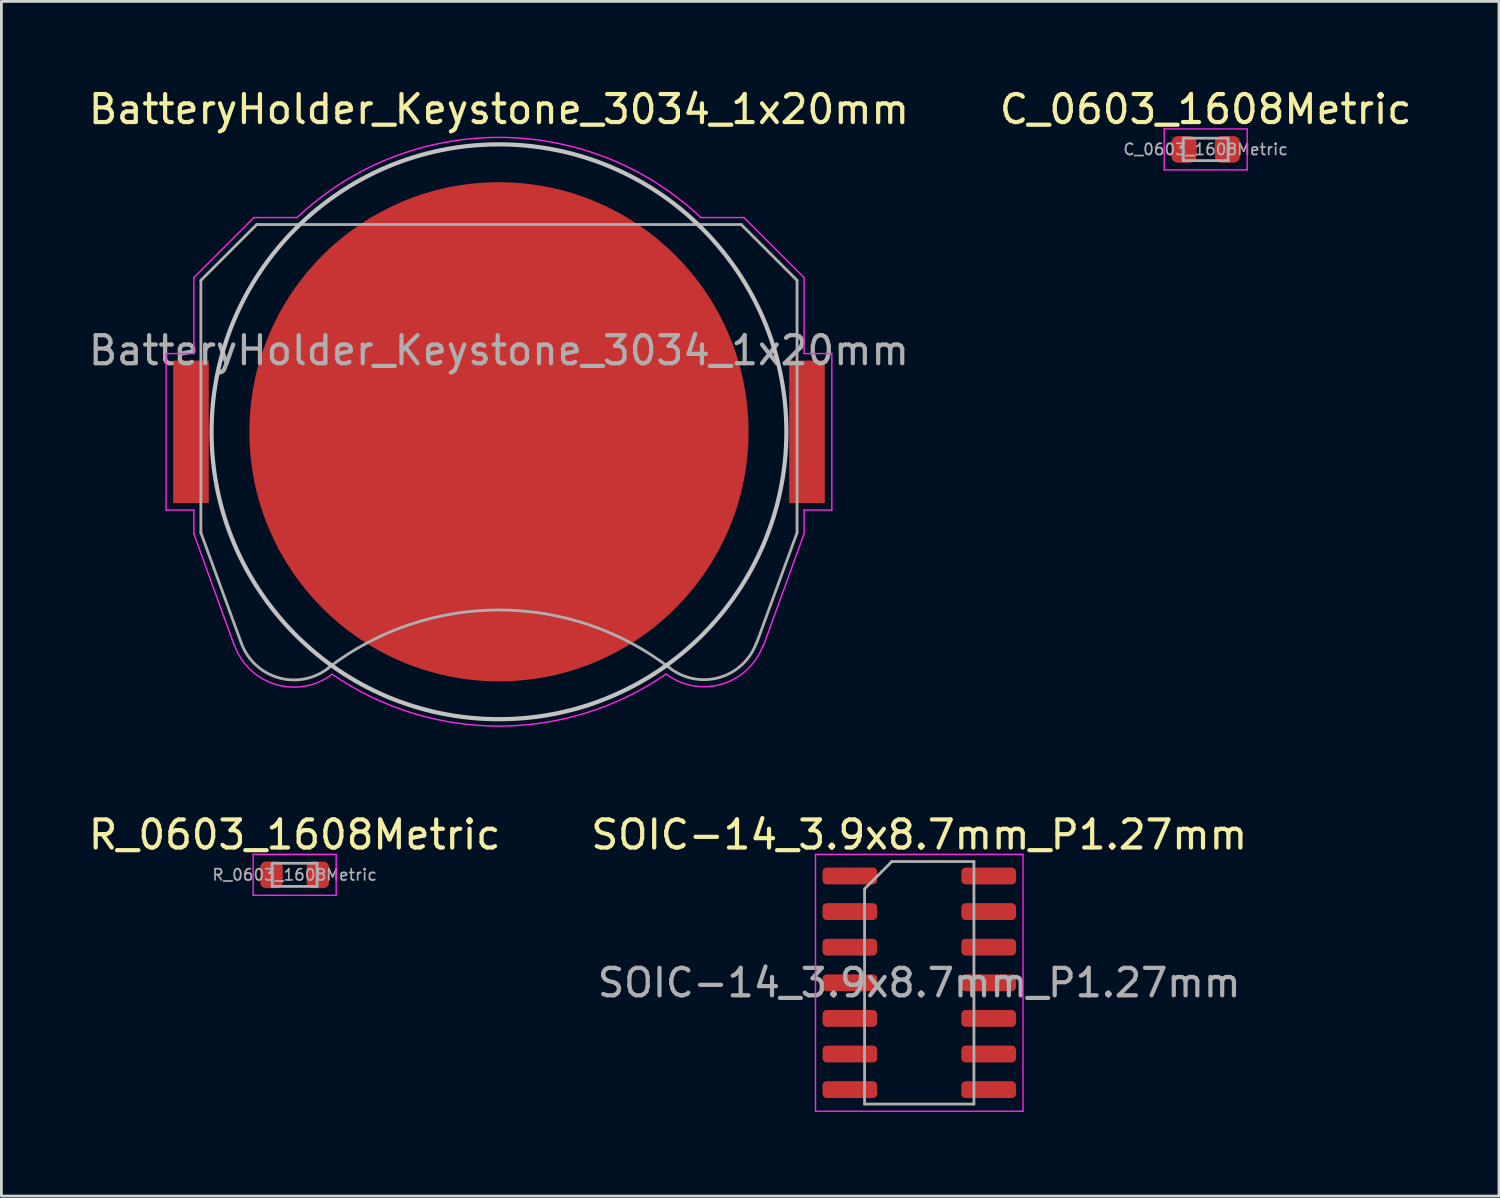
<source format=kicad_pcb>
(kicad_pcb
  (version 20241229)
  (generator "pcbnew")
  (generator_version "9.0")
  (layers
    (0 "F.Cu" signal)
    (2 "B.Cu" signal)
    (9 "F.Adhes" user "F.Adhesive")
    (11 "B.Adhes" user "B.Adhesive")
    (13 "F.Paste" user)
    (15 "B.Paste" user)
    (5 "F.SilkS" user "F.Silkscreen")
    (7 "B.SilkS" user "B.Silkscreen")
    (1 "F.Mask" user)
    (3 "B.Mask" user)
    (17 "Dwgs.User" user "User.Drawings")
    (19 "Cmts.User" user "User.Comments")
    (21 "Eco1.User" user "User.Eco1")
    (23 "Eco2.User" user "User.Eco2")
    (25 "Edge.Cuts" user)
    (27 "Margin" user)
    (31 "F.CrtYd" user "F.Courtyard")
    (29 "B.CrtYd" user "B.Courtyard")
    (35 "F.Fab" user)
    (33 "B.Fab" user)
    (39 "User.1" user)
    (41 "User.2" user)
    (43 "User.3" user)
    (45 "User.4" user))
  (footprint "R_0603_1608Metric"
    (layer "F.Cu")
    (at 7.458 28.148)
    (property "Reference" "R_0603_1608Metric" (at 0 -1.43 0) (layer "F.SilkS") (effects (font (size 1 1) (thickness 0.15))))
    (attr smd)
    (fp_line (start -1.48 -0.73) (end 1.48 -0.73) (stroke (width 0.05) (type solid)) (layer "F.CrtYd"))
    (fp_line (start -1.48 0.73) (end -1.48 -0.73) (stroke (width 0.05) (type solid)) (layer "F.CrtYd"))
    (fp_line (start 1.48 -0.73) (end 1.48 0.73) (stroke (width 0.05) (type solid)) (layer "F.CrtYd"))
    (fp_line (start 1.48 0.73) (end -1.48 0.73) (stroke (width 0.05) (type solid)) (layer "F.CrtYd"))
    (fp_line (start -0.8 -0.412) (end 0.8 -0.412) (stroke (width 0.1) (type solid)) (layer "F.Fab"))
    (fp_line (start -0.8 0.412) (end -0.8 -0.412) (stroke (width 0.1) (type solid)) (layer "F.Fab"))
    (fp_line (start 0.8 -0.412) (end 0.8 0.412) (stroke (width 0.1) (type solid)) (layer "F.Fab"))
    (fp_line (start 0.8 0.412) (end -0.8 0.412) (stroke (width 0.1) (type solid)) (layer "F.Fab"))
    (fp_text user "${REFERENCE}" (at 0 0 0) (layer "F.Fab") (effects (font (size 0.4 0.4) (thickness 0.06))))
    (pad "1" smd roundrect (at -0.825 0) (size 0.8 0.95) (layers "F.Cu" "F.Mask" "F.Paste") (roundrect_rratio 0.25))
    (pad "2" smd roundrect (at 0.825 0) (size 0.8 0.95) (layers "F.Cu" "F.Mask" "F.Paste") (roundrect_rratio 0.25)))
  (footprint "SOIC-14_3.9x8.7mm_P1.27mm"
    (layer "F.Cu")
    (at 29.732 31.998)
    (property "Reference" "SOIC-14_3.9x8.7mm_P1.27mm" (at 0 -5.28 0) (layer "F.SilkS") (effects (font (size 1 1) (thickness 0.15))))
    (attr smd)
    (fp_line (start -3.7 -4.58) (end -3.7 4.58) (stroke (width 0.05) (type solid)) (layer "F.CrtYd"))
    (fp_line (start -3.7 4.58) (end 3.7 4.58) (stroke (width 0.05) (type solid)) (layer "F.CrtYd"))
    (fp_line (start 3.7 -4.58) (end -3.7 -4.58) (stroke (width 0.05) (type solid)) (layer "F.CrtYd"))
    (fp_line (start 3.7 4.58) (end 3.7 -4.58) (stroke (width 0.05) (type solid)) (layer "F.CrtYd"))
    (fp_line (start -1.95 -3.35) (end -0.975 -4.325) (stroke (width 0.1) (type solid)) (layer "F.Fab"))
    (fp_line (start -1.95 4.325) (end -1.95 -3.35) (stroke (width 0.1) (type solid)) (layer "F.Fab"))
    (fp_line (start -0.975 -4.325) (end 1.95 -4.325) (stroke (width 0.1) (type solid)) (layer "F.Fab"))
    (fp_line (start 1.95 -4.325) (end 1.95 4.325) (stroke (width 0.1) (type solid)) (layer "F.Fab"))
    (fp_line (start 1.95 4.325) (end -1.95 4.325) (stroke (width 0.1) (type solid)) (layer "F.Fab"))
    (fp_text user "${REFERENCE}" (at 0 0 0) (layer "F.Fab") (effects (font (size 0.98 0.98) (thickness 0.15))))
    (pad "1" smd roundrect (at -2.475 -3.81) (size 1.95 0.6) (layers "F.Cu" "F.Mask" "F.Paste") (roundrect_rratio 0.25))
    (pad "2" smd roundrect (at -2.475 -2.54) (size 1.95 0.6) (layers "F.Cu" "F.Mask" "F.Paste") (roundrect_rratio 0.25))
    (pad "3" smd roundrect (at -2.475 -1.27) (size 1.95 0.6) (layers "F.Cu" "F.Mask" "F.Paste") (roundrect_rratio 0.25))
    (pad "4" smd roundrect (at -2.475 0) (size 1.95 0.6) (layers "F.Cu" "F.Mask" "F.Paste") (roundrect_rratio 0.25))
    (pad "5" smd roundrect (at -2.475 1.27) (size 1.95 0.6) (layers "F.Cu" "F.Mask" "F.Paste") (roundrect_rratio 0.25))
    (pad "6" smd roundrect (at -2.475 2.54) (size 1.95 0.6) (layers "F.Cu" "F.Mask" "F.Paste") (roundrect_rratio 0.25))
    (pad "7" smd roundrect (at -2.475 3.81) (size 1.95 0.6) (layers "F.Cu" "F.Mask" "F.Paste") (roundrect_rratio 0.25))
    (pad "8" smd roundrect (at 2.475 3.81) (size 1.95 0.6) (layers "F.Cu" "F.Mask" "F.Paste") (roundrect_rratio 0.25))
    (pad "9" smd roundrect (at 2.475 2.54) (size 1.95 0.6) (layers "F.Cu" "F.Mask" "F.Paste") (roundrect_rratio 0.25))
    (pad "10" smd roundrect (at 2.475 1.27) (size 1.95 0.6) (layers "F.Cu" "F.Mask" "F.Paste") (roundrect_rratio 0.25))
    (pad "11" smd roundrect (at 2.475 0) (size 1.95 0.6) (layers "F.Cu" "F.Mask" "F.Paste") (roundrect_rratio 0.25))
    (pad "12" smd roundrect (at 2.475 -1.27) (size 1.95 0.6) (layers "F.Cu" "F.Mask" "F.Paste") (roundrect_rratio 0.25))
    (pad "13" smd roundrect (at 2.475 -2.54) (size 1.95 0.6) (layers "F.Cu" "F.Mask" "F.Paste") (roundrect_rratio 0.25))
    (pad "14" smd roundrect (at 2.475 -3.81) (size 1.95 0.6) (layers "F.Cu" "F.Mask" "F.Paste") (roundrect_rratio 0.25)))
  (footprint "C_0603_1608Metric"
    (layer "F.Cu")
    (at 39.946 2.278)
    (property "Reference" "C_0603_1608Metric" (at 0 -1.43 0) (layer "F.SilkS") (effects (font (size 1 1) (thickness 0.15))))
    (attr smd)
    (fp_line (start -1.48 -0.73) (end 1.48 -0.73) (stroke (width 0.05) (type solid)) (layer "F.CrtYd"))
    (fp_line (start -1.48 0.73) (end -1.48 -0.73) (stroke (width 0.05) (type solid)) (layer "F.CrtYd"))
    (fp_line (start 1.48 -0.73) (end 1.48 0.73) (stroke (width 0.05) (type solid)) (layer "F.CrtYd"))
    (fp_line (start 1.48 0.73) (end -1.48 0.73) (stroke (width 0.05) (type solid)) (layer "F.CrtYd"))
    (fp_line (start -0.8 -0.4) (end 0.8 -0.4) (stroke (width 0.1) (type solid)) (layer "F.Fab"))
    (fp_line (start -0.8 0.4) (end -0.8 -0.4) (stroke (width 0.1) (type solid)) (layer "F.Fab"))
    (fp_line (start 0.8 -0.4) (end 0.8 0.4) (stroke (width 0.1) (type solid)) (layer "F.Fab"))
    (fp_line (start 0.8 0.4) (end -0.8 0.4) (stroke (width 0.1) (type solid)) (layer "F.Fab"))
    (fp_text user "${REFERENCE}" (at 0 0 0) (layer "F.Fab") (effects (font (size 0.4 0.4) (thickness 0.06))))
    (pad "1" smd roundrect (at -0.775 0) (size 0.9 0.95) (layers "F.Cu" "F.Mask" "F.Paste") (roundrect_rratio 0.25))
    (pad "2" smd roundrect (at 0.775 0) (size 0.9 0.95) (layers "F.Cu" "F.Mask" "F.Paste") (roundrect_rratio 0.25)))
  (footprint "BatteryHolder_Keystone_3034_1x20mm"
    (layer "F.Cu")
    (at 14.744 12.348)
    (property "Reference" "BatteryHolder_Keystone_3034_1x20mm" (at 0 -11.5 0) (layer "F.SilkS") (effects (font (size 1 1) (thickness 0.15))))
    (attr smd)
    (fp_circle (center 0 0) (end 0 10.25) (stroke (width 0.15) (type solid)) (fill no) (layer "Dwgs.User"))
    (fp_line (start -11.87 -2.79) (end -11.87 2.79) (stroke (width 0.05) (type solid)) (layer "F.CrtYd"))
    (fp_line (start -11.87 2.79) (end -10.88 2.79) (stroke (width 0.05) (type solid)) (layer "F.CrtYd"))
    (fp_line (start -10.88 -5.5) (end -10.88 -2.79) (stroke (width 0.05) (type solid)) (layer "F.CrtYd"))
    (fp_line (start -10.88 -2.79) (end -11.87 -2.79) (stroke (width 0.05) (type solid)) (layer "F.CrtYd"))
    (fp_line (start -10.88 2.79) (end -10.88 3.64) (stroke (width 0.05) (type solid)) (layer "F.CrtYd"))
    (fp_line (start -10.88 3.64) (end -9.44 7.62) (stroke (width 0.05) (type solid)) (layer "F.CrtYd"))
    (fp_line (start -8.74 -7.64) (end -10.88 -5.5) (stroke (width 0.05) (type solid)) (layer "F.CrtYd"))
    (fp_line (start -7.2 -7.64) (end -8.74 -7.64) (stroke (width 0.05) (type solid)) (layer "F.CrtYd"))
    (fp_line (start 8.74 -7.64) (end 7.2 -7.64) (stroke (width 0.05) (type solid)) (layer "F.CrtYd"))
    (fp_line (start 9.43 7.63) (end 10.88 3.64) (stroke (width 0.05) (type solid)) (layer "F.CrtYd"))
    (fp_line (start 10.88 -5.5) (end 8.74 -7.64) (stroke (width 0.05) (type solid)) (layer "F.CrtYd"))
    (fp_line (start 10.88 -2.79) (end 10.88 -5.5) (stroke (width 0.05) (type solid)) (layer "F.CrtYd"))
    (fp_line (start 10.88 2.79) (end 11.87 2.79) (stroke (width 0.05) (type solid)) (layer "F.CrtYd"))
    (fp_line (start 10.88 3.64) (end 10.88 2.79) (stroke (width 0.05) (type solid)) (layer "F.CrtYd"))
    (fp_line (start 11.87 -2.79) (end 10.88 -2.79) (stroke (width 0.05) (type solid)) (layer "F.CrtYd"))
    (fp_line (start 11.87 2.79) (end 11.87 -2.79) (stroke (width 0.05) (type solid)) (layer "F.CrtYd"))
    (fp_arc (start -7.199546 -7.640427) (mid 0.000312 -10.498075) (end 7.2 -7.64) (stroke (width 0.05) (type solid)) (layer "F.CrtYd"))
    (fp_arc (start -5.956965 8.654604) (mid -7.953941 9.011629) (end -9.43 7.62) (stroke (width 0.05) (type solid)) (layer "F.CrtYd"))
    (fp_arc (start 5.945368 8.650075) (mid -0.008883 10.496243) (end -5.96 8.64) (stroke (width 0.05) (type solid)) (layer "F.CrtYd"))
    (fp_arc (start 9.415144 7.621341) (mid 7.944017 9.000493) (end 5.96 8.64) (stroke (width 0.05) (type solid)) (layer "F.CrtYd"))
    (fp_line (start -10.63 -5.4) (end -8.64 -7.39) (stroke (width 0.1) (type solid)) (layer "F.Fab"))
    (fp_line (start -10.63 3.6) (end -10.63 -5.4) (stroke (width 0.1) (type solid)) (layer "F.Fab"))
    (fp_line (start -9.19 7.53) (end -10.63 3.6) (stroke (width 0.1) (type solid)) (layer "F.Fab"))
    (fp_line (start -8.64 -7.39) (end 8.64 -7.39) (stroke (width 0.1) (type solid)) (layer "F.Fab"))
    (fp_line (start 8.64 -7.39) (end 10.63 -5.4) (stroke (width 0.1) (type solid)) (layer "F.Fab"))
    (fp_line (start 10.63 -5.4) (end 10.63 3.6) (stroke (width 0.1) (type solid)) (layer "F.Fab"))
    (fp_line (start 10.63 3.6) (end 9.19 7.53) (stroke (width 0.1) (type solid)) (layer "F.Fab"))
    (fp_arc (start -6.096146 8.438508) (mid -7.87328 8.768206) (end -9.19 7.53) (stroke (width 0.1) (type solid)) (layer "F.Fab"))
    (fp_arc (start -6.094852 8.426043) (mid 0.003247 6.355257) (end 6.1 8.43) (stroke (width 0.1) (type solid)) (layer "F.Fab"))
    (fp_arc (start 9.180727 7.528882) (mid 7.868698 8.760067) (end 6.1 8.43) (stroke (width 0.1) (type solid)) (layer "F.Fab"))
    (fp_text user "${REFERENCE}" (at 0 -2.9 0) (layer "F.Fab") (effects (font (size 1 1) (thickness 0.15))))
    (pad "1" smd rect (at -10.985 0) (size 1.27 5.08) (layers "F.Cu" "F.Mask" "F.Paste"))
    (pad "1" smd rect (at 10.985 0) (size 1.27 5.08) (layers "F.Cu" "F.Mask" "F.Paste"))
    (pad "2" smd circle (at 0 0) (size 17.8 17.8) (layers "F.Cu" "F.Mask")))
  (gr_rect
    (start -3 -3)
    (end 50.405 39.603)
    (stroke (width 0.1) (type default))
    (fill no)
    (layer "Edge.Cuts")))
</source>
